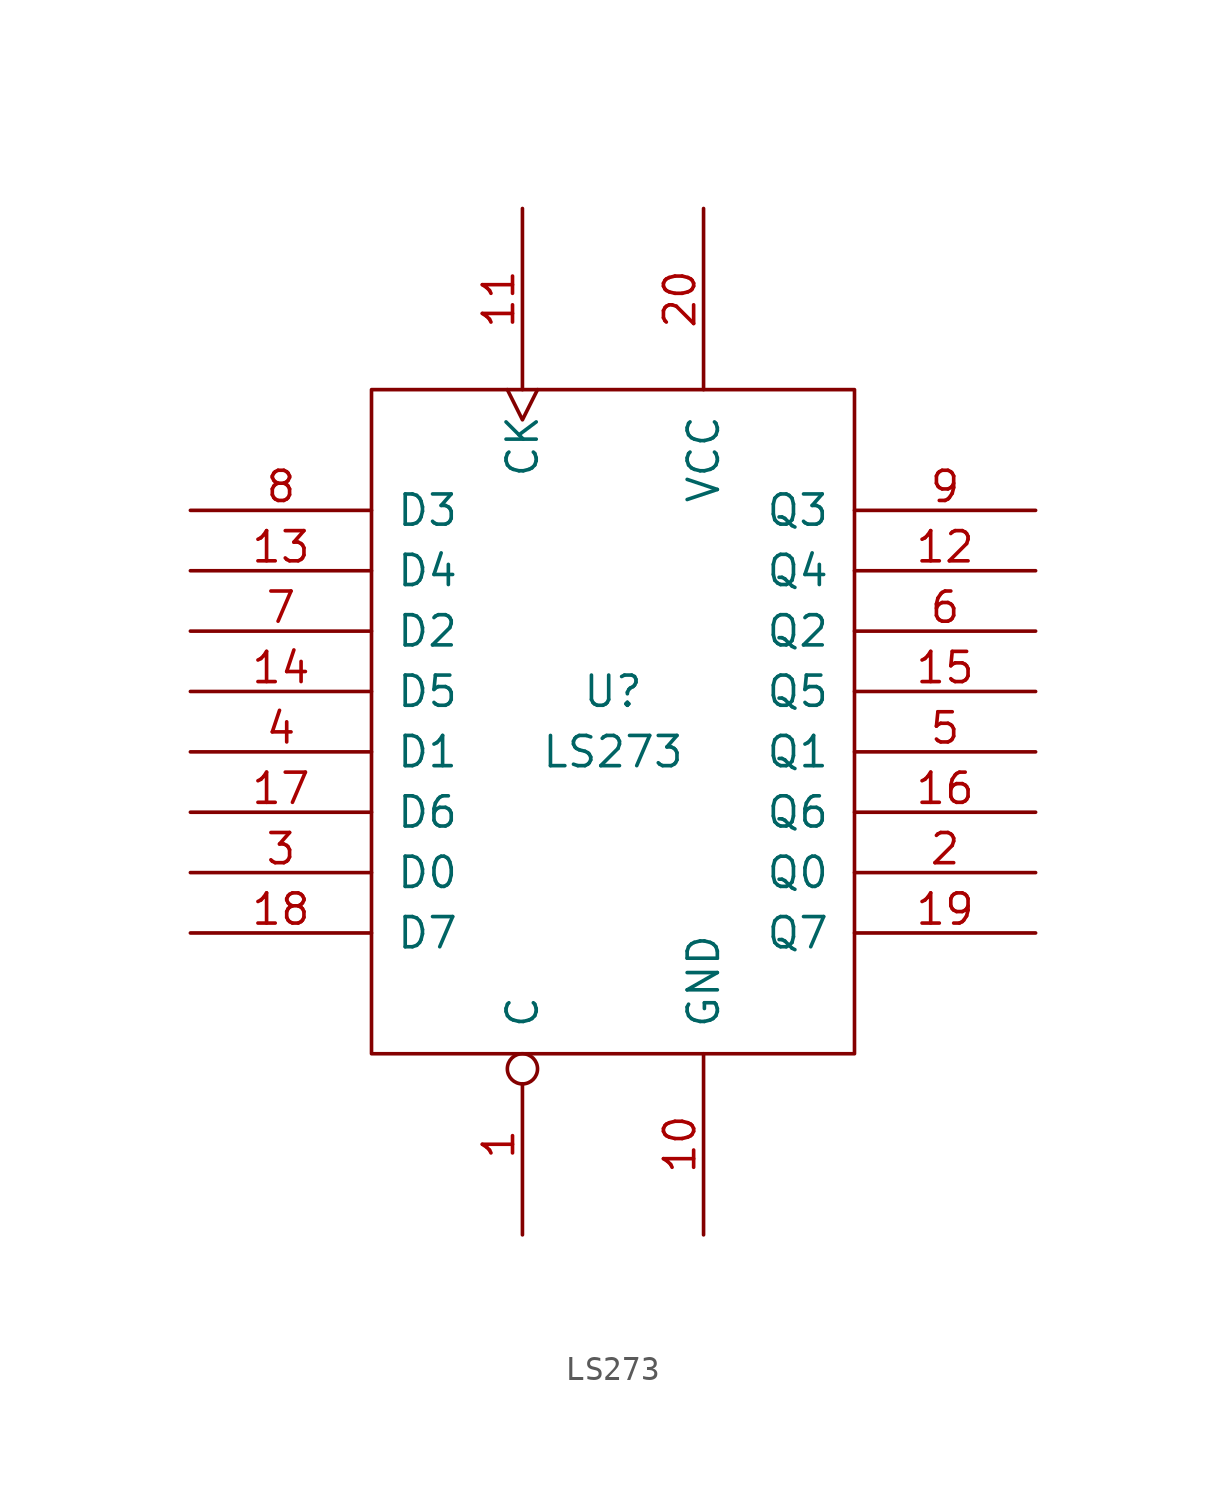
<source format=kicad_sym>
(kicad_symbol_lib
  (version 20211014)
  (generator kicad_symbol_editor)
  (symbol "LS273"
    (pin_names
      (offset 1.016))
    (property "Reference" "U"
      (at 0 1.27 0)
      (effects (font (size 1.27 1.27))))
    (property "Value" "LS273"
      (at 0 -1.27 0)
      (effects (font (size 1.27 1.27))))
    (symbol "LS273_0_0"
      (pin power_in line (at 3.81 -21.59 90) (length 7.62) (name "GND" (effects (font (size 1.27 1.27)))) (number "10" (effects (font (size 1.27 1.27))))))
    (symbol "LS273_0_1"
      (rectangle (start -10.16 13.97) (end 10.16 -13.97) (stroke (width 0) (type default) (color 0 0 0 0)) (fill (type none))))
    (symbol "LS273_1_0"
      (pin power_in line (at 3.81 21.59 270) (length 7.62) (name "VCC" (effects (font (size 1.27 1.27)))) (number "20" (effects (font (size 1.27 1.27))))))
    (symbol "LS273_1_1"
      (pin input inverted (at -3.81 -21.59 90) (length 7.62) (name "C" (effects (font (size 1.27 1.27)))) (number "1" (effects (font (size 1.27 1.27)))))
      (pin input clock (at -3.81 21.59 270) (length 7.62) (name "CK" (effects (font (size 1.27 1.27)))) (number "11" (effects (font (size 1.27 1.27)))))
      (pin output line (at 17.78 6.35 180) (length 7.62) (name "Q4" (effects (font (size 1.27 1.27)))) (number "12" (effects (font (size 1.27 1.27)))))
      (pin input line (at -17.78 6.35 0) (length 7.62) (name "D4" (effects (font (size 1.27 1.27)))) (number "13" (effects (font (size 1.27 1.27)))))
      (pin input line (at -17.78 1.27 0) (length 7.62) (name "D5" (effects (font (size 1.27 1.27)))) (number "14" (effects (font (size 1.27 1.27)))))
      (pin output line (at 17.78 1.27 180) (length 7.62) (name "Q5" (effects (font (size 1.27 1.27)))) (number "15" (effects (font (size 1.27 1.27)))))
      (pin output line (at 17.78 -3.81 180) (length 7.62) (name "Q6" (effects (font (size 1.27 1.27)))) (number "16" (effects (font (size 1.27 1.27)))))
      (pin input line (at -17.78 -3.81 0) (length 7.62) (name "D6" (effects (font (size 1.27 1.27)))) (number "17" (effects (font (size 1.27 1.27)))))
      (pin input line (at -17.78 -8.89 0) (length 7.62) (name "D7" (effects (font (size 1.27 1.27)))) (number "18" (effects (font (size 1.27 1.27)))))
      (pin output line (at 17.78 -8.89 180) (length 7.62) (name "Q7" (effects (font (size 1.27 1.27)))) (number "19" (effects (font (size 1.27 1.27)))))
      (pin output line (at 17.78 -6.35 180) (length 7.62) (name "Q0" (effects (font (size 1.27 1.27)))) (number "2" (effects (font (size 1.27 1.27)))))
      (pin input line (at -17.78 -6.35 0) (length 7.62) (name "D0" (effects (font (size 1.27 1.27)))) (number "3" (effects (font (size 1.27 1.27)))))
      (pin input line (at -17.78 -1.27 0) (length 7.62) (name "D1" (effects (font (size 1.27 1.27)))) (number "4" (effects (font (size 1.27 1.27)))))
      (pin output line (at 17.78 -1.27 180) (length 7.62) (name "Q1" (effects (font (size 1.27 1.27)))) (number "5" (effects (font (size 1.27 1.27)))))
      (pin output line (at 17.78 3.81 180) (length 7.62) (name "Q2" (effects (font (size 1.27 1.27)))) (number "6" (effects (font (size 1.27 1.27)))))
      (pin input line (at -17.78 3.81 0) (length 7.62) (name "D2" (effects (font (size 1.27 1.27)))) (number "7" (effects (font (size 1.27 1.27)))))
      (pin input line (at -17.78 8.89 0) (length 7.62) (name "D3" (effects (font (size 1.27 1.27)))) (number "8" (effects (font (size 1.27 1.27)))))
      (pin output line (at 17.78 8.89 180) (length 7.62) (name "Q3" (effects (font (size 1.27 1.27)))) (number "9" (effects (font (size 1.27 1.27))))))))
</source>
